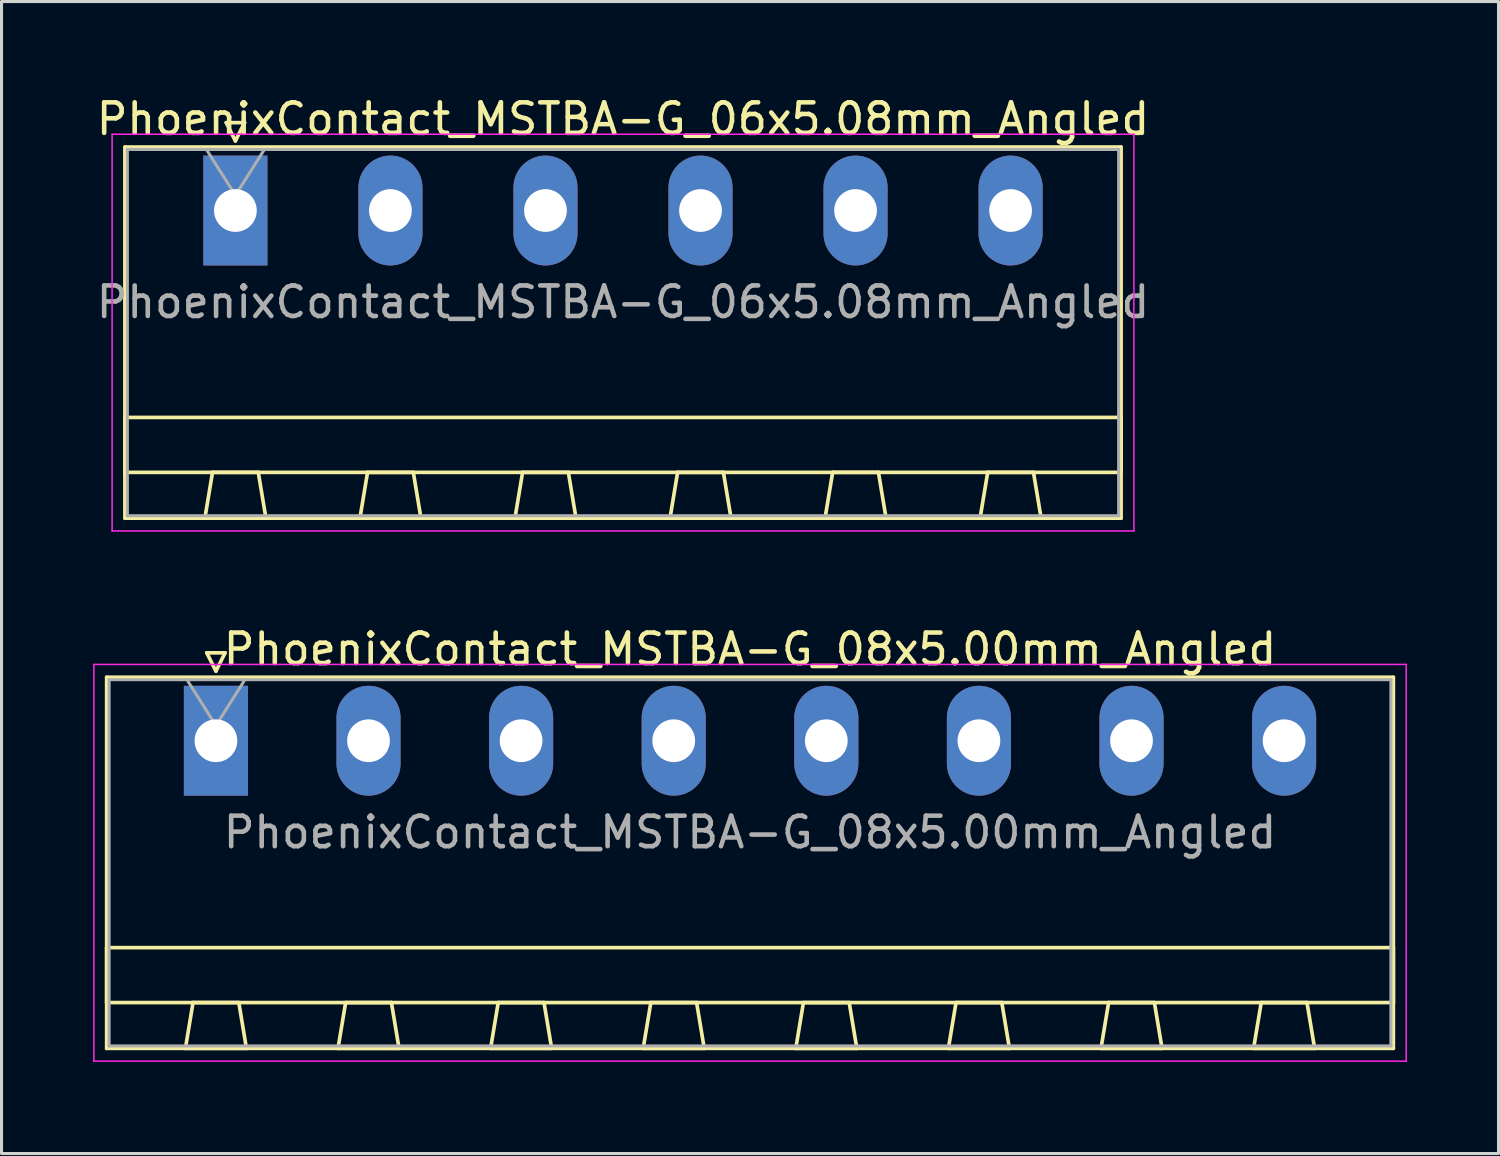
<source format=kicad_pcb>
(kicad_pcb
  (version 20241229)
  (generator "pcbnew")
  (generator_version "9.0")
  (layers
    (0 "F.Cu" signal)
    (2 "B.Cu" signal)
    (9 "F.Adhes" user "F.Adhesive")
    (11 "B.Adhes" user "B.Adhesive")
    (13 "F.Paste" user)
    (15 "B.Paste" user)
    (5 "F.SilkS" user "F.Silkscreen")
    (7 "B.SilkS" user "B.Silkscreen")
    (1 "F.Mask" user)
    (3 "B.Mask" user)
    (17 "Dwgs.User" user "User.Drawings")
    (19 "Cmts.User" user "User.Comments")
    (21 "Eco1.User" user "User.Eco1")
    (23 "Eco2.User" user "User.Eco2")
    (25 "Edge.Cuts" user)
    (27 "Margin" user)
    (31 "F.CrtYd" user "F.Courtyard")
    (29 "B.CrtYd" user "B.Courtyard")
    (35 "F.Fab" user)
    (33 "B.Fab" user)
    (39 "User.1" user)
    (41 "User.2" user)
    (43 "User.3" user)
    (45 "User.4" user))
  (footprint "PhoenixContact_MSTBA-G_08x5.00mm_Angled"
    (layer "F.Cu")
    (at 4.025 21.221)
    (property "Reference" "PhoenixContact_MSTBA-G_08x5.00mm_Angled" (at 17.5 -3 0) (layer "F.SilkS") (effects (font (size 1 1) (thickness 0.15))))
    (attr through_hole)
    (fp_line (start -3.58 -2.08) (end -3.58 10.08) (stroke (width 0.12) (type solid)) (layer "F.SilkS"))
    (fp_line (start -3.58 6.78) (end 38.58 6.78) (stroke (width 0.12) (type solid)) (layer "F.SilkS"))
    (fp_line (start -3.58 8.58) (end -3.58 6.78) (stroke (width 0.12) (type solid)) (layer "F.SilkS"))
    (fp_line (start -3.58 10.08) (end 38.58 10.08) (stroke (width 0.12) (type solid)) (layer "F.SilkS"))
    (fp_line (start -1 10.08) (end 1 10.08) (stroke (width 0.12) (type solid)) (layer "F.SilkS"))
    (fp_line (start -0.75 8.58) (end -1 10.08) (stroke (width 0.12) (type solid)) (layer "F.SilkS"))
    (fp_line (start -0.3 -2.88) (end 0.3 -2.88) (stroke (width 0.12) (type solid)) (layer "F.SilkS"))
    (fp_line (start 0 -2.28) (end -0.3 -2.88) (stroke (width 0.12) (type solid)) (layer "F.SilkS"))
    (fp_line (start 0.3 -2.88) (end 0 -2.28) (stroke (width 0.12) (type solid)) (layer "F.SilkS"))
    (fp_line (start 0.75 8.58) (end -0.75 8.58) (stroke (width 0.12) (type solid)) (layer "F.SilkS"))
    (fp_line (start 1 10.08) (end 0.75 8.58) (stroke (width 0.12) (type solid)) (layer "F.SilkS"))
    (fp_line (start 4 10.08) (end 6 10.08) (stroke (width 0.12) (type solid)) (layer "F.SilkS"))
    (fp_line (start 4.25 8.58) (end 4 10.08) (stroke (width 0.12) (type solid)) (layer "F.SilkS"))
    (fp_line (start 5.75 8.58) (end 4.25 8.58) (stroke (width 0.12) (type solid)) (layer "F.SilkS"))
    (fp_line (start 6 10.08) (end 5.75 8.58) (stroke (width 0.12) (type solid)) (layer "F.SilkS"))
    (fp_line (start 9 10.08) (end 11 10.08) (stroke (width 0.12) (type solid)) (layer "F.SilkS"))
    (fp_line (start 9.25 8.58) (end 9 10.08) (stroke (width 0.12) (type solid)) (layer "F.SilkS"))
    (fp_line (start 10.75 8.58) (end 9.25 8.58) (stroke (width 0.12) (type solid)) (layer "F.SilkS"))
    (fp_line (start 11 10.08) (end 10.75 8.58) (stroke (width 0.12) (type solid)) (layer "F.SilkS"))
    (fp_line (start 14 10.08) (end 16 10.08) (stroke (width 0.12) (type solid)) (layer "F.SilkS"))
    (fp_line (start 14.25 8.58) (end 14 10.08) (stroke (width 0.12) (type solid)) (layer "F.SilkS"))
    (fp_line (start 15.75 8.58) (end 14.25 8.58) (stroke (width 0.12) (type solid)) (layer "F.SilkS"))
    (fp_line (start 16 10.08) (end 15.75 8.58) (stroke (width 0.12) (type solid)) (layer "F.SilkS"))
    (fp_line (start 19 10.08) (end 21 10.08) (stroke (width 0.12) (type solid)) (layer "F.SilkS"))
    (fp_line (start 19.25 8.58) (end 19 10.08) (stroke (width 0.12) (type solid)) (layer "F.SilkS"))
    (fp_line (start 20.75 8.58) (end 19.25 8.58) (stroke (width 0.12) (type solid)) (layer "F.SilkS"))
    (fp_line (start 21 10.08) (end 20.75 8.58) (stroke (width 0.12) (type solid)) (layer "F.SilkS"))
    (fp_line (start 24 10.08) (end 26 10.08) (stroke (width 0.12) (type solid)) (layer "F.SilkS"))
    (fp_line (start 24.25 8.58) (end 24 10.08) (stroke (width 0.12) (type solid)) (layer "F.SilkS"))
    (fp_line (start 25.75 8.58) (end 24.25 8.58) (stroke (width 0.12) (type solid)) (layer "F.SilkS"))
    (fp_line (start 26 10.08) (end 25.75 8.58) (stroke (width 0.12) (type solid)) (layer "F.SilkS"))
    (fp_line (start 29 10.08) (end 31 10.08) (stroke (width 0.12) (type solid)) (layer "F.SilkS"))
    (fp_line (start 29.25 8.58) (end 29 10.08) (stroke (width 0.12) (type solid)) (layer "F.SilkS"))
    (fp_line (start 30.75 8.58) (end 29.25 8.58) (stroke (width 0.12) (type solid)) (layer "F.SilkS"))
    (fp_line (start 31 10.08) (end 30.75 8.58) (stroke (width 0.12) (type solid)) (layer "F.SilkS"))
    (fp_line (start 34 10.08) (end 36 10.08) (stroke (width 0.12) (type solid)) (layer "F.SilkS"))
    (fp_line (start 34.25 8.58) (end 34 10.08) (stroke (width 0.12) (type solid)) (layer "F.SilkS"))
    (fp_line (start 35.75 8.58) (end 34.25 8.58) (stroke (width 0.12) (type solid)) (layer "F.SilkS"))
    (fp_line (start 36 10.08) (end 35.75 8.58) (stroke (width 0.12) (type solid)) (layer "F.SilkS"))
    (fp_line (start 38.58 -2.08) (end -3.58 -2.08) (stroke (width 0.12) (type solid)) (layer "F.SilkS"))
    (fp_line (start 38.58 6.78) (end 38.58 8.58) (stroke (width 0.12) (type solid)) (layer "F.SilkS"))
    (fp_line (start 38.58 8.58) (end -3.58 8.58) (stroke (width 0.12) (type solid)) (layer "F.SilkS"))
    (fp_line (start 38.58 10.08) (end 38.58 -2.08) (stroke (width 0.12) (type solid)) (layer "F.SilkS"))
    (fp_line (start -4 -2.5) (end -4 10.5) (stroke (width 0.05) (type solid)) (layer "F.CrtYd"))
    (fp_line (start -4 10.5) (end 39 10.5) (stroke (width 0.05) (type solid)) (layer "F.CrtYd"))
    (fp_line (start 39 -2.5) (end -4 -2.5) (stroke (width 0.05) (type solid)) (layer "F.CrtYd"))
    (fp_line (start 39 10.5) (end 39 -2.5) (stroke (width 0.05) (type solid)) (layer "F.CrtYd"))
    (fp_line (start -3.5 -2) (end -3.5 10) (stroke (width 0.1) (type solid)) (layer "F.Fab"))
    (fp_line (start -3.5 10) (end 38.5 10) (stroke (width 0.1) (type solid)) (layer "F.Fab"))
    (fp_line (start 0 -0.5) (end -0.95 -2) (stroke (width 0.1) (type solid)) (layer "F.Fab"))
    (fp_line (start 0.95 -2) (end 0 -0.5) (stroke (width 0.1) (type solid)) (layer "F.Fab"))
    (fp_line (start 38.5 -2) (end -3.5 -2) (stroke (width 0.1) (type solid)) (layer "F.Fab"))
    (fp_line (start 38.5 10) (end 38.5 -2) (stroke (width 0.1) (type solid)) (layer "F.Fab"))
    (fp_text user "${REFERENCE}" (at 17.5 3 0) (layer "F.Fab") (effects (font (size 1 1) (thickness 0.15))))
    (pad "1" thru_hole rect (at 0 0) (size 2.1 3.6) (drill 1.4) (layers "*.Cu" "*.Mask"))
    (pad "2" thru_hole oval (at 5 0) (size 2.1 3.6) (drill 1.4) (layers "*.Cu" "*.Mask"))
    (pad "3" thru_hole oval (at 10 0) (size 2.1 3.6) (drill 1.4) (layers "*.Cu" "*.Mask"))
    (pad "4" thru_hole oval (at 15 0) (size 2.1 3.6) (drill 1.4) (layers "*.Cu" "*.Mask"))
    (pad "5" thru_hole oval (at 20 0) (size 2.1 3.6) (drill 1.4) (layers "*.Cu" "*.Mask"))
    (pad "6" thru_hole oval (at 25 0) (size 2.1 3.6) (drill 1.4) (layers "*.Cu" "*.Mask"))
    (pad "7" thru_hole oval (at 30 0) (size 2.1 3.6) (drill 1.4) (layers "*.Cu" "*.Mask"))
    (pad "8" thru_hole oval (at 35 0) (size 2.1 3.6) (drill 1.4) (layers "*.Cu" "*.Mask")))
  (footprint "PhoenixContact_MSTBA-G_06x5.08mm_Angled"
    (layer "F.Cu")
    (at 4.663 3.848)
    (property "Reference" "PhoenixContact_MSTBA-G_06x5.08mm_Angled" (at 12.7 -3 0) (layer "F.SilkS") (effects (font (size 1 1) (thickness 0.15))))
    (attr through_hole)
    (fp_line (start -3.62 -2.08) (end -3.62 10.08) (stroke (width 0.12) (type solid)) (layer "F.SilkS"))
    (fp_line (start -3.62 6.78) (end 29.02 6.78) (stroke (width 0.12) (type solid)) (layer "F.SilkS"))
    (fp_line (start -3.62 8.58) (end -3.62 6.78) (stroke (width 0.12) (type solid)) (layer "F.SilkS"))
    (fp_line (start -3.62 10.08) (end 29.02 10.08) (stroke (width 0.12) (type solid)) (layer "F.SilkS"))
    (fp_line (start -1 10.08) (end 1 10.08) (stroke (width 0.12) (type solid)) (layer "F.SilkS"))
    (fp_line (start -0.75 8.58) (end -1 10.08) (stroke (width 0.12) (type solid)) (layer "F.SilkS"))
    (fp_line (start -0.3 -2.88) (end 0.3 -2.88) (stroke (width 0.12) (type solid)) (layer "F.SilkS"))
    (fp_line (start 0 -2.28) (end -0.3 -2.88) (stroke (width 0.12) (type solid)) (layer "F.SilkS"))
    (fp_line (start 0.3 -2.88) (end 0 -2.28) (stroke (width 0.12) (type solid)) (layer "F.SilkS"))
    (fp_line (start 0.75 8.58) (end -0.75 8.58) (stroke (width 0.12) (type solid)) (layer "F.SilkS"))
    (fp_line (start 1 10.08) (end 0.75 8.58) (stroke (width 0.12) (type solid)) (layer "F.SilkS"))
    (fp_line (start 4.08 10.08) (end 6.08 10.08) (stroke (width 0.12) (type solid)) (layer "F.SilkS"))
    (fp_line (start 4.33 8.58) (end 4.08 10.08) (stroke (width 0.12) (type solid)) (layer "F.SilkS"))
    (fp_line (start 5.83 8.58) (end 4.33 8.58) (stroke (width 0.12) (type solid)) (layer "F.SilkS"))
    (fp_line (start 6.08 10.08) (end 5.83 8.58) (stroke (width 0.12) (type solid)) (layer "F.SilkS"))
    (fp_line (start 9.16 10.08) (end 11.16 10.08) (stroke (width 0.12) (type solid)) (layer "F.SilkS"))
    (fp_line (start 9.41 8.58) (end 9.16 10.08) (stroke (width 0.12) (type solid)) (layer "F.SilkS"))
    (fp_line (start 10.91 8.58) (end 9.41 8.58) (stroke (width 0.12) (type solid)) (layer "F.SilkS"))
    (fp_line (start 11.16 10.08) (end 10.91 8.58) (stroke (width 0.12) (type solid)) (layer "F.SilkS"))
    (fp_line (start 14.24 10.08) (end 16.24 10.08) (stroke (width 0.12) (type solid)) (layer "F.SilkS"))
    (fp_line (start 14.49 8.58) (end 14.24 10.08) (stroke (width 0.12) (type solid)) (layer "F.SilkS"))
    (fp_line (start 15.99 8.58) (end 14.49 8.58) (stroke (width 0.12) (type solid)) (layer "F.SilkS"))
    (fp_line (start 16.24 10.08) (end 15.99 8.58) (stroke (width 0.12) (type solid)) (layer "F.SilkS"))
    (fp_line (start 19.32 10.08) (end 21.32 10.08) (stroke (width 0.12) (type solid)) (layer "F.SilkS"))
    (fp_line (start 19.57 8.58) (end 19.32 10.08) (stroke (width 0.12) (type solid)) (layer "F.SilkS"))
    (fp_line (start 21.07 8.58) (end 19.57 8.58) (stroke (width 0.12) (type solid)) (layer "F.SilkS"))
    (fp_line (start 21.32 10.08) (end 21.07 8.58) (stroke (width 0.12) (type solid)) (layer "F.SilkS"))
    (fp_line (start 24.4 10.08) (end 26.4 10.08) (stroke (width 0.12) (type solid)) (layer "F.SilkS"))
    (fp_line (start 24.65 8.58) (end 24.4 10.08) (stroke (width 0.12) (type solid)) (layer "F.SilkS"))
    (fp_line (start 26.15 8.58) (end 24.65 8.58) (stroke (width 0.12) (type solid)) (layer "F.SilkS"))
    (fp_line (start 26.4 10.08) (end 26.15 8.58) (stroke (width 0.12) (type solid)) (layer "F.SilkS"))
    (fp_line (start 29.02 -2.08) (end -3.62 -2.08) (stroke (width 0.12) (type solid)) (layer "F.SilkS"))
    (fp_line (start 29.02 6.78) (end 29.02 8.58) (stroke (width 0.12) (type solid)) (layer "F.SilkS"))
    (fp_line (start 29.02 8.58) (end -3.62 8.58) (stroke (width 0.12) (type solid)) (layer "F.SilkS"))
    (fp_line (start 29.02 10.08) (end 29.02 -2.08) (stroke (width 0.12) (type solid)) (layer "F.SilkS"))
    (fp_line (start -4.04 -2.5) (end -4.04 10.5) (stroke (width 0.05) (type solid)) (layer "F.CrtYd"))
    (fp_line (start -4.04 10.5) (end 29.44 10.5) (stroke (width 0.05) (type solid)) (layer "F.CrtYd"))
    (fp_line (start 29.44 -2.5) (end -4.04 -2.5) (stroke (width 0.05) (type solid)) (layer "F.CrtYd"))
    (fp_line (start 29.44 10.5) (end 29.44 -2.5) (stroke (width 0.05) (type solid)) (layer "F.CrtYd"))
    (fp_line (start -3.54 -2) (end -3.54 10) (stroke (width 0.1) (type solid)) (layer "F.Fab"))
    (fp_line (start -3.54 10) (end 28.94 10) (stroke (width 0.1) (type solid)) (layer "F.Fab"))
    (fp_line (start 0 -0.5) (end -0.95 -2) (stroke (width 0.1) (type solid)) (layer "F.Fab"))
    (fp_line (start 0.95 -2) (end 0 -0.5) (stroke (width 0.1) (type solid)) (layer "F.Fab"))
    (fp_line (start 28.94 -2) (end -3.54 -2) (stroke (width 0.1) (type solid)) (layer "F.Fab"))
    (fp_line (start 28.94 10) (end 28.94 -2) (stroke (width 0.1) (type solid)) (layer "F.Fab"))
    (fp_text user "${REFERENCE}" (at 12.7 3 0) (layer "F.Fab") (effects (font (size 1 1) (thickness 0.15))))
    (pad "1" thru_hole rect (at 0 0) (size 2.1 3.6) (drill 1.4) (layers "*.Cu" "*.Mask"))
    (pad "2" thru_hole oval (at 5.08 0) (size 2.1 3.6) (drill 1.4) (layers "*.Cu" "*.Mask"))
    (pad "3" thru_hole oval (at 10.16 0) (size 2.1 3.6) (drill 1.4) (layers "*.Cu" "*.Mask"))
    (pad "4" thru_hole oval (at 15.24 0) (size 2.1 3.6) (drill 1.4) (layers "*.Cu" "*.Mask"))
    (pad "5" thru_hole oval (at 20.32 0) (size 2.1 3.6) (drill 1.4) (layers "*.Cu" "*.Mask"))
    (pad "6" thru_hole oval (at 25.4 0) (size 2.1 3.6) (drill 1.4) (layers "*.Cu" "*.Mask")))
  (gr_rect
    (start -3 -3)
    (end 46.05 34.746)
    (stroke (width 0.1) (type default))
    (fill no)
    (layer "Edge.Cuts")))
</source>
